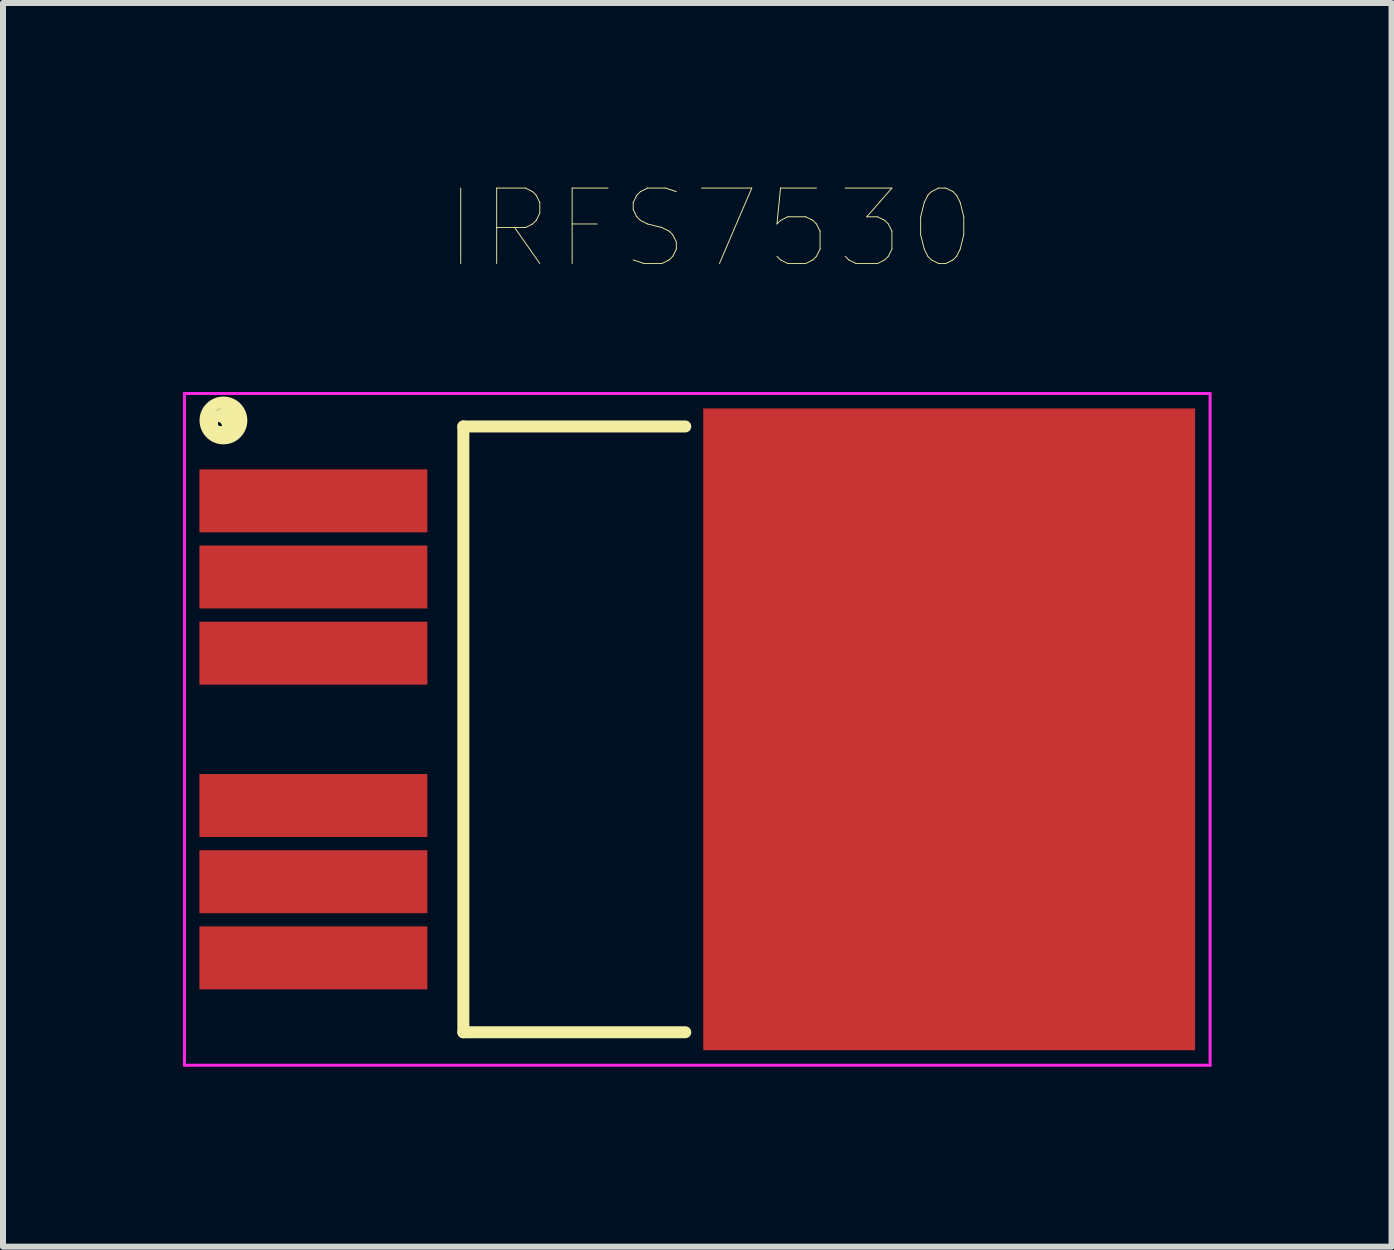
<source format=kicad_pcb>
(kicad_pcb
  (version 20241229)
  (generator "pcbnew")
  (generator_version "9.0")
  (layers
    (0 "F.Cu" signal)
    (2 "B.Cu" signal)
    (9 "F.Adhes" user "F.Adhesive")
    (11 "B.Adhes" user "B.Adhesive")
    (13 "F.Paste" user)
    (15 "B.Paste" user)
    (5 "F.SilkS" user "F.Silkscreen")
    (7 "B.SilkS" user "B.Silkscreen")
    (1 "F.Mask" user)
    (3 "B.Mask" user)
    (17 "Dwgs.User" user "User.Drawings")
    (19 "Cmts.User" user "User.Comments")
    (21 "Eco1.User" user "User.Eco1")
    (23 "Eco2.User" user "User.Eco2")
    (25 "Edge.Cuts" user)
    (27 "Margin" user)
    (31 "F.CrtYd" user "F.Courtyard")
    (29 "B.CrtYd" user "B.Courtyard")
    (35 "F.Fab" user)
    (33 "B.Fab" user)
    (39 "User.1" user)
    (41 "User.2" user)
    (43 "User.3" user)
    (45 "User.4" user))
  (footprint "IRFS7530"
    (layer "F.Cu")
    (at 8.575 9.11)
    (property "Reference" "IRFS7530" (at 0.22 -8.348 0) (layer "F.SilkS") (effects (font (size 1.258 1.258) (thickness 0.015))))
    (attr through_hole)
    (fp_line (start -3.9 -5.05) (end -3.9 5.05) (stroke (width 0.2) (type solid)) (layer "F.SilkS"))
    (fp_line (start -3.9 5.05) (end -0.2 5.05) (stroke (width 0.2) (type solid)) (layer "F.SilkS"))
    (fp_line (start -0.2 -5.05) (end -3.9 -5.05) (stroke (width 0.2) (type solid)) (layer "F.SilkS"))
    (fp_circle (center -8 -5.05) (end -7.859 -5.05) (stroke (width 0.127) (type solid)) (fill no) (layer "F.SilkS"))
    (fp_circle (center -7.95 -5.2) (end -7.738 -5.2) (stroke (width 0.127) (type solid)) (fill no) (layer "F.SilkS"))
    (fp_circle (center -7.95 -5.1) (end -7.9 -5.1) (stroke (width 0.127) (type solid)) (fill no) (layer "F.SilkS"))
    (fp_circle (center -7.9 -5.2) (end -7.676 -5.2) (stroke (width 0.127) (type solid)) (fill no) (layer "F.SilkS"))
    (fp_circle (center -7.9 -5.15) (end -7.565 -5.15) (stroke (width 0.127) (type solid)) (fill no) (layer "F.SilkS"))
    (fp_circle (center -7.9 -5.1) (end -7.742 -5.1) (stroke (width 0.127) (type solid)) (fill no) (layer "F.SilkS"))
    (fp_circle (center -7.85 -5.1) (end -7.644 -5.1) (stroke (width 0.127) (type solid)) (fill no) (layer "F.SilkS"))
    (fp_line (start -8.55 -5.6) (end 8.55 -5.6) (stroke (width 0.05) (type solid)) (layer "F.CrtYd"))
    (fp_line (start -8.55 5.6) (end -8.55 -5.6) (stroke (width 0.05) (type solid)) (layer "F.CrtYd"))
    (fp_line (start 8.55 -5.6) (end 8.55 5.6) (stroke (width 0.05) (type solid)) (layer "F.CrtYd"))
    (fp_line (start 8.55 5.6) (end -8.55 5.6) (stroke (width 0.05) (type solid)) (layer "F.CrtYd"))
    (pad "1" smd rect (at -6.4 -3.81) (size 3.8 1.05) (layers "F.Cu" "F.Mask" "F.Paste"))
    (pad "2" smd rect (at -6.4 -2.54) (size 3.8 1.05) (layers "F.Cu" "F.Mask" "F.Paste"))
    (pad "3" smd rect (at -6.4 -1.27) (size 3.8 1.05) (layers "F.Cu" "F.Mask" "F.Paste"))
    (pad "4" smd rect (at 4.2 0) (size 8.2 10.7) (layers "F.Cu" "F.Mask" "F.Paste"))
    (pad "5" smd rect (at -6.4 1.27) (size 3.8 1.05) (layers "F.Cu" "F.Mask" "F.Paste"))
    (pad "6" smd rect (at -6.4 2.54) (size 3.8 1.05) (layers "F.Cu" "F.Mask" "F.Paste"))
    (pad "7" smd rect (at -6.4 3.81) (size 3.8 1.05) (layers "F.Cu" "F.Mask" "F.Paste")))
  (gr_rect
    (start -3 -3)
    (end 20.15 17.735)
    (stroke (width 0.1) (type default))
    (fill no)
    (layer "Edge.Cuts")))
</source>
